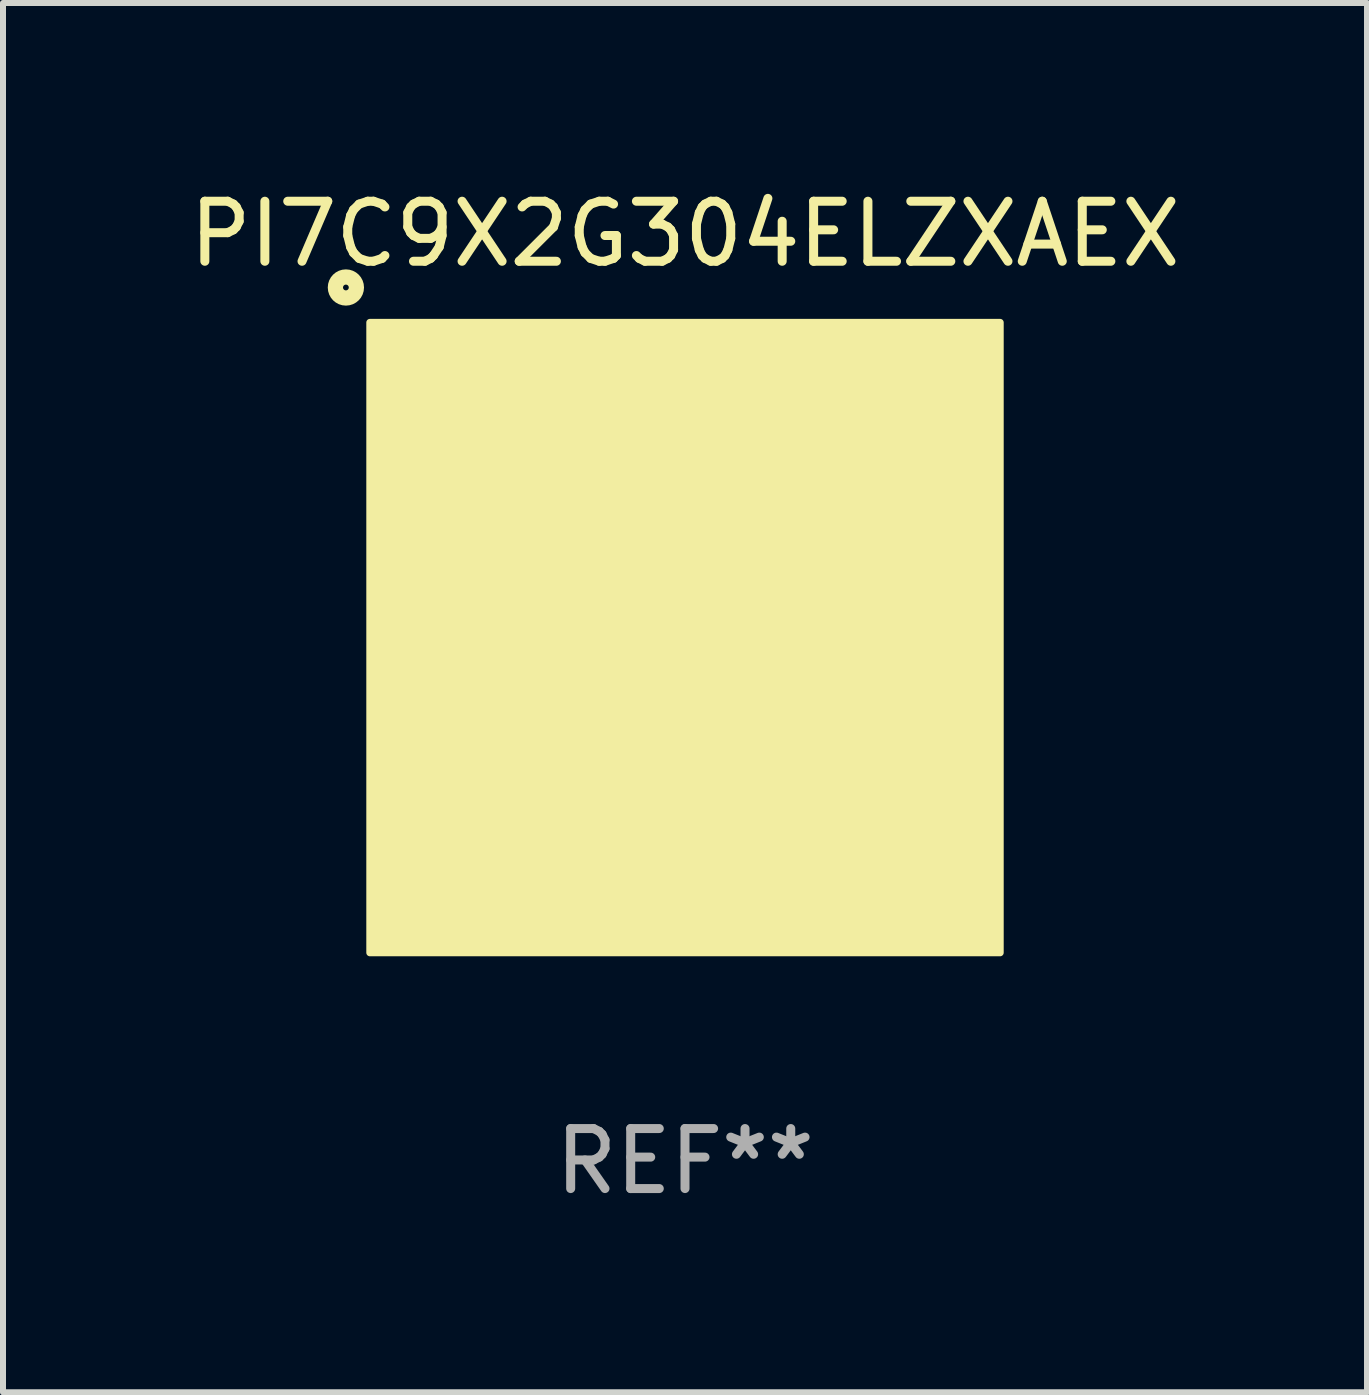
<source format=kicad_pcb>
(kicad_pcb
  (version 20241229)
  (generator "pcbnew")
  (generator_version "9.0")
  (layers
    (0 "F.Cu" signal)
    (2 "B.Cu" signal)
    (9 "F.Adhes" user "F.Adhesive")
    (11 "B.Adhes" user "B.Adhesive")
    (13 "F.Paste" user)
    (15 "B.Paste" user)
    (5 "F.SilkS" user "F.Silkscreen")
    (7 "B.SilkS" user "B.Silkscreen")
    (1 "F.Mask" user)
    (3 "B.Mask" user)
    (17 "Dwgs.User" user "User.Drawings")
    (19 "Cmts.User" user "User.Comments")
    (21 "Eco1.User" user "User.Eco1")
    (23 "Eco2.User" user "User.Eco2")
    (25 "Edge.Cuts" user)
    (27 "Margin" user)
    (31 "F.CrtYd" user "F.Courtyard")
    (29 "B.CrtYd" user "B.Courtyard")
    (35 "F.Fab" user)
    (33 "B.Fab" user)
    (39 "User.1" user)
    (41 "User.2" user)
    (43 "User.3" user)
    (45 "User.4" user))
  (footprint "PI7C9X2G304ELZXAEX"
    (layer "F.Cu")
    (at 8.363 7.573)
    (property "Reference" "PI7C9X2G304ELZXAEX" (at 0 -6.725 0) (layer "F.SilkS") (effects (font (size 1 1) (thickness 0.15))))
    (attr through_hole)
    (fp_circle (center -5.65 -5.833) (end -5.475 -5.833) (stroke (width 0.254) (type solid)) (fill no) (layer "F.SilkS"))
    (fp_circle (center -5 -5) (end -4.97 -5) (stroke (width 0.06) (type solid)) (fill no) (layer "F.SilkS"))
    (fp_poly (pts (xy -5.25 -5.25) (xy 5.25 -5.25) (xy 5.25 5.25) (xy -5.25 5.25)) (stroke (width 0.12) (type solid)) (fill yes) (layer "F.SilkS"))
    (fp_text user "REF**" (at 0 8.725 0) (layer "F.Fab") (effects (font (size 1 1) (thickness 0.15))))
    (pad "A1" smd rect (at -4.25 -4.725) (size 0.2 0.35) (layers "F.Cu" "F.Mask" "F.Paste"))
    (pad "A3" smd rect (at -3.75 -4.725) (size 0.2 0.35) (layers "F.Cu" "F.Mask" "F.Paste"))
    (pad "A5" smd rect (at -3.25 -4.725) (size 0.2 0.35) (layers "F.Cu" "F.Mask" "F.Paste"))
    (pad "A7" smd rect (at -2.75 -4.725) (size 0.2 0.35) (layers "F.Cu" "F.Mask" "F.Paste"))
    (pad "A9" smd rect (at -2.25 -4.725) (size 0.2 0.35) (layers "F.Cu" "F.Mask" "F.Paste"))
    (pad "A11" smd rect (at -1.75 -4.725) (size 0.2 0.35) (layers "F.Cu" "F.Mask" "F.Paste"))
    (pad "A13" smd rect (at -1.25 -4.725) (size 0.2 0.35) (layers "F.Cu" "F.Mask" "F.Paste"))
    (pad "A15" smd rect (at -0.75 -4.725) (size 0.2 0.35) (layers "F.Cu" "F.Mask" "F.Paste"))
    (pad "A17" smd rect (at -0.25 -4.725) (size 0.2 0.35) (layers "F.Cu" "F.Mask" "F.Paste"))
    (pad "A19" smd rect (at 0.25 -4.725) (size 0.2 0.35) (layers "F.Cu" "F.Mask" "F.Paste"))
    (pad "A21" smd rect (at 0.75 -4.725) (size 0.2 0.35) (layers "F.Cu" "F.Mask" "F.Paste"))
    (pad "A23" smd rect (at 1.25 -4.725) (size 0.2 0.35) (layers "F.Cu" "F.Mask" "F.Paste"))
    (pad "A25" smd rect (at 1.75 -4.725) (size 0.2 0.35) (layers "F.Cu" "F.Mask" "F.Paste"))
    (pad "A27" smd rect (at 2.25 -4.725) (size 0.2 0.35) (layers "F.Cu" "F.Mask" "F.Paste"))
    (pad "A29" smd rect (at 2.75 -4.725) (size 0.2 0.35) (layers "F.Cu" "F.Mask" "F.Paste"))
    (pad "A31" smd rect (at 3.25 -4.725) (size 0.2 0.35) (layers "F.Cu" "F.Mask" "F.Paste"))
    (pad "A33" smd rect (at 3.75 -4.725) (size 0.2 0.35) (layers "F.Cu" "F.Mask" "F.Paste"))
    (pad "A35" smd rect (at 4.25 -4.725) (size 0.2 0.35) (layers "F.Cu" "F.Mask" "F.Paste"))
    (pad "AA1" smd rect (at -4.725 0.75) (size 0.35 0.2) (layers "F.Cu" "F.Mask" "F.Paste"))
    (pad "AA35" smd rect (at 4.725 0.75 180) (size 0.35 0.2) (layers "F.Cu" "F.Mask" "F.Paste"))
    (pad "AB2" smd rect (at -4.175 1) (size 0.35 0.2) (layers "F.Cu" "F.Mask" "F.Paste"))
    (pad "AB34" smd rect (at 4.175 1) (size 0.35 0.2) (layers "F.Cu" "F.Mask" "F.Paste"))
    (pad "AC1" smd rect (at -4.725 1.25) (size 0.35 0.2) (layers "F.Cu" "F.Mask" "F.Paste"))
    (pad "AC35" smd rect (at 4.725 1.25 180) (size 0.35 0.2) (layers "F.Cu" "F.Mask" "F.Paste"))
    (pad "AD2" smd rect (at -4.175 1.5) (size 0.35 0.2) (layers "F.Cu" "F.Mask" "F.Paste"))
    (pad "AD34" smd rect (at 4.175 1.5) (size 0.35 0.2) (layers "F.Cu" "F.Mask" "F.Paste"))
    (pad "AE1" smd rect (at -4.725 1.75) (size 0.35 0.2) (layers "F.Cu" "F.Mask" "F.Paste"))
    (pad "AE35" smd rect (at 4.725 1.75 180) (size 0.35 0.2) (layers "F.Cu" "F.Mask" "F.Paste"))
    (pad "AF2" smd rect (at -4.175 2) (size 0.35 0.2) (layers "F.Cu" "F.Mask" "F.Paste"))
    (pad "AF34" smd rect (at 4.175 2) (size 0.35 0.2) (layers "F.Cu" "F.Mask" "F.Paste"))
    (pad "AG1" smd rect (at -4.725 2.25) (size 0.35 0.2) (layers "F.Cu" "F.Mask" "F.Paste"))
    (pad "AG35" smd rect (at 4.725 2.25 180) (size 0.35 0.2) (layers "F.Cu" "F.Mask" "F.Paste"))
    (pad "AH2" smd rect (at -4.175 2.5) (size 0.35 0.2) (layers "F.Cu" "F.Mask" "F.Paste"))
    (pad "AH34" smd rect (at 4.175 2.5) (size 0.35 0.2) (layers "F.Cu" "F.Mask" "F.Paste"))
    (pad "AJ1" smd rect (at -4.725 2.75) (size 0.35 0.2) (layers "F.Cu" "F.Mask" "F.Paste"))
    (pad "AJ35" smd rect (at 4.725 2.75 180) (size 0.35 0.2) (layers "F.Cu" "F.Mask" "F.Paste"))
    (pad "AK2" smd rect (at -4.175 3) (size 0.35 0.2) (layers "F.Cu" "F.Mask" "F.Paste"))
    (pad "AK34" smd rect (at 4.175 3) (size 0.35 0.2) (layers "F.Cu" "F.Mask" "F.Paste"))
    (pad "AL1" smd rect (at -4.725 3.25) (size 0.35 0.2) (layers "F.Cu" "F.Mask" "F.Paste"))
    (pad "AL35" smd rect (at 4.725 3.25 180) (size 0.35 0.2) (layers "F.Cu" "F.Mask" "F.Paste"))
    (pad "AM2" smd rect (at -4.175 3.5) (size 0.35 0.2) (layers "F.Cu" "F.Mask" "F.Paste"))
    (pad "AM34" smd rect (at 4.175 3.5) (size 0.35 0.2) (layers "F.Cu" "F.Mask" "F.Paste"))
    (pad "AN1" smd rect (at -4.725 3.75) (size 0.35 0.2) (layers "F.Cu" "F.Mask" "F.Paste"))
    (pad "AN35" smd rect (at 4.725 3.75 180) (size 0.35 0.2) (layers "F.Cu" "F.Mask" "F.Paste"))
    (pad "AP1" smd rect (at -4.725 4.25) (size 0.35 0.2) (layers "F.Cu" "F.Mask" "F.Paste"))
    (pad "AP2" smd rect (at -4 4.175 180) (size 0.2 0.35) (layers "F.Cu" "F.Mask" "F.Paste"))
    (pad "AP4" smd rect (at -3.5 4.175 180) (size 0.2 0.35) (layers "F.Cu" "F.Mask" "F.Paste"))
    (pad "AP6" smd rect (at -3 4.175 180) (size 0.2 0.35) (layers "F.Cu" "F.Mask" "F.Paste"))
    (pad "AP8" smd rect (at -2.5 4.175 180) (size 0.2 0.35) (layers "F.Cu" "F.Mask" "F.Paste"))
    (pad "AP10" smd rect (at -2 4.175 180) (size 0.2 0.35) (layers "F.Cu" "F.Mask" "F.Paste"))
    (pad "AP12" smd rect (at -1.5 4.175 180) (size 0.2 0.35) (layers "F.Cu" "F.Mask" "F.Paste"))
    (pad "AP14" smd rect (at -1 4.175 180) (size 0.2 0.35) (layers "F.Cu" "F.Mask" "F.Paste"))
    (pad "AP16" smd rect (at -0.5 4.175 180) (size 0.2 0.35) (layers "F.Cu" "F.Mask" "F.Paste"))
    (pad "AP18" smd rect (at 0 4.175 180) (size 0.2 0.35) (layers "F.Cu" "F.Mask" "F.Paste"))
    (pad "AP20" smd rect (at 0.5 4.175 180) (size 0.2 0.35) (layers "F.Cu" "F.Mask" "F.Paste"))
    (pad "AP22" smd rect (at 1 4.175 180) (size 0.2 0.35) (layers "F.Cu" "F.Mask" "F.Paste"))
    (pad "AP24" smd rect (at 1.5 4.175 180) (size 0.2 0.35) (layers "F.Cu" "F.Mask" "F.Paste"))
    (pad "AP26" smd rect (at 2 4.175 180) (size 0.2 0.35) (layers "F.Cu" "F.Mask" "F.Paste"))
    (pad "AP28" smd rect (at 2.5 4.175 180) (size 0.2 0.35) (layers "F.Cu" "F.Mask" "F.Paste"))
    (pad "AP30" smd rect (at 3 4.175 180) (size 0.2 0.35) (layers "F.Cu" "F.Mask" "F.Paste"))
    (pad "AP32" smd rect (at 3.5 4.175 180) (size 0.2 0.35) (layers "F.Cu" "F.Mask" "F.Paste"))
    (pad "AP34" smd rect (at 4 4.175 180) (size 0.2 0.35) (layers "F.Cu" "F.Mask" "F.Paste"))
    (pad "AP35" smd rect (at 4.725 4.25 180) (size 0.35 0.2) (layers "F.Cu" "F.Mask" "F.Paste"))
    (pad "AR1" smd rect (at -4.25 4.725) (size 0.2 0.35) (layers "F.Cu" "F.Mask" "F.Paste"))
    (pad "AR3" smd rect (at -3.75 4.725) (size 0.2 0.35) (layers "F.Cu" "F.Mask" "F.Paste"))
    (pad "AR5" smd rect (at -3.25 4.725) (size 0.2 0.35) (layers "F.Cu" "F.Mask" "F.Paste"))
    (pad "AR7" smd rect (at -2.75 4.725) (size 0.2 0.35) (layers "F.Cu" "F.Mask" "F.Paste"))
    (pad "AR9" smd rect (at -2.25 4.725) (size 0.2 0.35) (layers "F.Cu" "F.Mask" "F.Paste"))
    (pad "AR11" smd rect (at -1.75 4.725) (size 0.2 0.35) (layers "F.Cu" "F.Mask" "F.Paste"))
    (pad "AR13" smd rect (at -1.25 4.725) (size 0.2 0.35) (layers "F.Cu" "F.Mask" "F.Paste"))
    (pad "AR15" smd rect (at -0.75 4.725) (size 0.2 0.35) (layers "F.Cu" "F.Mask" "F.Paste"))
    (pad "AR17" smd rect (at -0.25 4.725) (size 0.2 0.35) (layers "F.Cu" "F.Mask" "F.Paste"))
    (pad "AR19" smd rect (at 0.25 4.725) (size 0.2 0.35) (layers "F.Cu" "F.Mask" "F.Paste"))
    (pad "AR21" smd rect (at 0.75 4.725) (size 0.2 0.35) (layers "F.Cu" "F.Mask" "F.Paste"))
    (pad "AR23" smd rect (at 1.25 4.725) (size 0.2 0.35) (layers "F.Cu" "F.Mask" "F.Paste"))
    (pad "AR25" smd rect (at 1.75 4.725) (size 0.2 0.35) (layers "F.Cu" "F.Mask" "F.Paste"))
    (pad "AR27" smd rect (at 2.25 4.725) (size 0.2 0.35) (layers "F.Cu" "F.Mask" "F.Paste"))
    (pad "AR29" smd rect (at 2.75 4.725) (size 0.2 0.35) (layers "F.Cu" "F.Mask" "F.Paste"))
    (pad "AR31" smd rect (at 3.25 4.725) (size 0.2 0.35) (layers "F.Cu" "F.Mask" "F.Paste"))
    (pad "AR33" smd rect (at 3.75 4.725) (size 0.2 0.35) (layers "F.Cu" "F.Mask" "F.Paste"))
    (pad "AR35" smd rect (at 4.25 4.725) (size 0.2 0.35) (layers "F.Cu" "F.Mask" "F.Paste"))
    (pad "B" smd rect (at 0 3.3) (size 6 0.2) (layers "F.Cu" "F.Mask" "F.Paste"))
    (pad "B1" smd rect (at -4.725 -4.25) (size 0.35 0.2) (layers "F.Cu" "F.Mask" "F.Paste"))
    (pad "B2" smd rect (at -4 -4.175) (size 0.2 0.35) (layers "F.Cu" "F.Mask" "F.Paste"))
    (pad "B4" smd rect (at -3.5 -4.175) (size 0.2 0.35) (layers "F.Cu" "F.Mask" "F.Paste"))
    (pad "B6" smd rect (at -3 -4.175) (size 0.2 0.35) (layers "F.Cu" "F.Mask" "F.Paste"))
    (pad "B8" smd rect (at -2.5 -4.175) (size 0.2 0.35) (layers "F.Cu" "F.Mask" "F.Paste"))
    (pad "B10" smd rect (at -2 -4.175) (size 0.2 0.35) (layers "F.Cu" "F.Mask" "F.Paste"))
    (pad "B12" smd rect (at -1.5 -4.175) (size 0.2 0.35) (layers "F.Cu" "F.Mask" "F.Paste"))
    (pad "B14" smd rect (at -1 -4.175) (size 0.2 0.35) (layers "F.Cu" "F.Mask" "F.Paste"))
    (pad "B16" smd rect (at -0.5 -4.175) (size 0.2 0.35) (layers "F.Cu" "F.Mask" "F.Paste"))
    (pad "B18" smd rect (at 0 -4.175) (size 0.2 0.35) (layers "F.Cu" "F.Mask" "F.Paste"))
    (pad "B20" smd rect (at 0.5 -4.175) (size 0.2 0.35) (layers "F.Cu" "F.Mask" "F.Paste"))
    (pad "B22" smd rect (at 1 -4.175) (size 0.2 0.35) (layers "F.Cu" "F.Mask" "F.Paste"))
    (pad "B24" smd rect (at 1.5 -4.175) (size 0.2 0.35) (layers "F.Cu" "F.Mask" "F.Paste"))
    (pad "B26" smd rect (at 2 -4.175) (size 0.2 0.35) (layers "F.Cu" "F.Mask" "F.Paste"))
    (pad "B28" smd rect (at 2.5 -4.175) (size 0.2 0.35) (layers "F.Cu" "F.Mask" "F.Paste"))
    (pad "B30" smd rect (at 3 -4.175) (size 0.2 0.35) (layers "F.Cu" "F.Mask" "F.Paste"))
    (pad "B32" smd rect (at 3.5 -4.175) (size 0.2 0.35) (layers "F.Cu" "F.Mask" "F.Paste"))
    (pad "B34" smd rect (at 4 -4.175) (size 0.2 0.35) (layers "F.Cu" "F.Mask" "F.Paste"))
    (pad "B35" smd rect (at 4.725 -4.25 180) (size 0.35 0.2) (layers "F.Cu" "F.Mask" "F.Paste"))
    (pad "C1" smd rect (at -4.725 -3.75) (size 0.35 0.2) (layers "F.Cu" "F.Mask" "F.Paste"))
    (pad "C35" smd rect (at 4.725 -3.75 180) (size 0.35 0.2) (layers "F.Cu" "F.Mask" "F.Paste"))
    (pad "D2" smd rect (at -4.175 -3.5) (size 0.35 0.2) (layers "F.Cu" "F.Mask" "F.Paste"))
    (pad "D34" smd rect (at 4.175 -3.5) (size 0.35 0.2) (layers "F.Cu" "F.Mask" "F.Paste"))
    (pad "E1" smd rect (at -4.725 -3.25) (size 0.35 0.2) (layers "F.Cu" "F.Mask" "F.Paste"))
    (pad "E35" smd rect (at 4.725 -3.25 180) (size 0.35 0.2) (layers "F.Cu" "F.Mask" "F.Paste"))
    (pad "F2" smd rect (at -4.175 -3) (size 0.35 0.2) (layers "F.Cu" "F.Mask" "F.Paste"))
    (pad "F34" smd rect (at 4.175 -3) (size 0.35 0.2) (layers "F.Cu" "F.Mask" "F.Paste"))
    (pad "G1" smd rect (at -4.725 -2.75) (size 0.35 0.2) (layers "F.Cu" "F.Mask" "F.Paste"))
    (pad "G35" smd rect (at 4.725 -2.75 180) (size 0.35 0.2) (layers "F.Cu" "F.Mask" "F.Paste"))
    (pad "GND" smd rect (at 0 -0.000127) (size 6 6) (layers "F.Cu" "F.Mask" "F.Paste"))
    (pad "H2" smd rect (at -4.175 -2.5) (size 0.35 0.2) (layers "F.Cu" "F.Mask" "F.Paste"))
    (pad "H34" smd rect (at 4.175 -2.5) (size 0.35 0.2) (layers "F.Cu" "F.Mask" "F.Paste"))
    (pad "J1" smd rect (at -4.725 -2.25) (size 0.35 0.2) (layers "F.Cu" "F.Mask" "F.Paste"))
    (pad "J35" smd rect (at 4.725 -2.25 180) (size 0.35 0.2) (layers "F.Cu" "F.Mask" "F.Paste"))
    (pad "K2" smd rect (at -4.175 -2) (size 0.35 0.2) (layers "F.Cu" "F.Mask" "F.Paste"))
    (pad "K34" smd rect (at 4.175 -2) (size 0.35 0.2) (layers "F.Cu" "F.Mask" "F.Paste"))
    (pad "L" smd rect (at 3.3 -0.000127) (size 0.2 6) (layers "F.Cu" "F.Mask" "F.Paste"))
    (pad "L1" smd rect (at -4.725 -1.75) (size 0.35 0.2) (layers "F.Cu" "F.Mask" "F.Paste"))
    (pad "L35" smd rect (at 4.725 -1.75 180) (size 0.35 0.2) (layers "F.Cu" "F.Mask" "F.Paste"))
    (pad "M2" smd rect (at -4.175 -1.5) (size 0.35 0.2) (layers "F.Cu" "F.Mask" "F.Paste"))
    (pad "M34" smd rect (at 4.175 -1.5) (size 0.35 0.2) (layers "F.Cu" "F.Mask" "F.Paste"))
    (pad "N1" smd rect (at -4.725 -1.25) (size 0.35 0.2) (layers "F.Cu" "F.Mask" "F.Paste"))
    (pad "N35" smd rect (at 4.725 -1.25 180) (size 0.35 0.2) (layers "F.Cu" "F.Mask" "F.Paste"))
    (pad "P2" smd rect (at -4.175 -1) (size 0.35 0.2) (layers "F.Cu" "F.Mask" "F.Paste"))
    (pad "P34" smd rect (at 4.175 -1) (size 0.35 0.2) (layers "F.Cu" "F.Mask" "F.Paste"))
    (pad "R" smd rect (at -3.3 -0.000127) (size 0.2 6) (layers "F.Cu" "F.Mask" "F.Paste"))
    (pad "R1" smd rect (at -4.725 -0.75) (size 0.35 0.2) (layers "F.Cu" "F.Mask" "F.Paste"))
    (pad "R35" smd rect (at 4.725 -0.75 180) (size 0.35 0.2) (layers "F.Cu" "F.Mask" "F.Paste"))
    (pad "T" smd rect (at 0 -3.3) (size 6 0.2) (layers "F.Cu" "F.Mask" "F.Paste"))
    (pad "T2" smd rect (at -4.175 -0.5) (size 0.35 0.2) (layers "F.Cu" "F.Mask" "F.Paste"))
    (pad "T34" smd rect (at 4.175 -0.5) (size 0.35 0.2) (layers "F.Cu" "F.Mask" "F.Paste"))
    (pad "U1" smd rect (at -4.725 -0.25) (size 0.35 0.2) (layers "F.Cu" "F.Mask" "F.Paste"))
    (pad "U35" smd rect (at 4.725 -0.25 180) (size 0.35 0.2) (layers "F.Cu" "F.Mask" "F.Paste"))
    (pad "V2" smd rect (at -4.175 -0.000127) (size 0.35 0.2) (layers "F.Cu" "F.Mask" "F.Paste"))
    (pad "V34" smd rect (at 4.175 -0.000127) (size 0.35 0.2) (layers "F.Cu" "F.Mask" "F.Paste"))
    (pad "W1" smd rect (at -4.725 0.25) (size 0.35 0.2) (layers "F.Cu" "F.Mask" "F.Paste"))
    (pad "W35" smd rect (at 4.725 0.25 180) (size 0.35 0.2) (layers "F.Cu" "F.Mask" "F.Paste"))
    (pad "Y2" smd rect (at -4.175 0.5) (size 0.35 0.2) (layers "F.Cu" "F.Mask" "F.Paste"))
    (pad "Y34" smd rect (at 4.175 0.5) (size 0.35 0.2) (layers "F.Cu" "F.Mask" "F.Paste")))
  (gr_rect
    (start -3 -3)
    (end 19.726 20.147)
    (stroke (width 0.1) (type default))
    (fill no)
    (layer "Edge.Cuts")))
</source>
